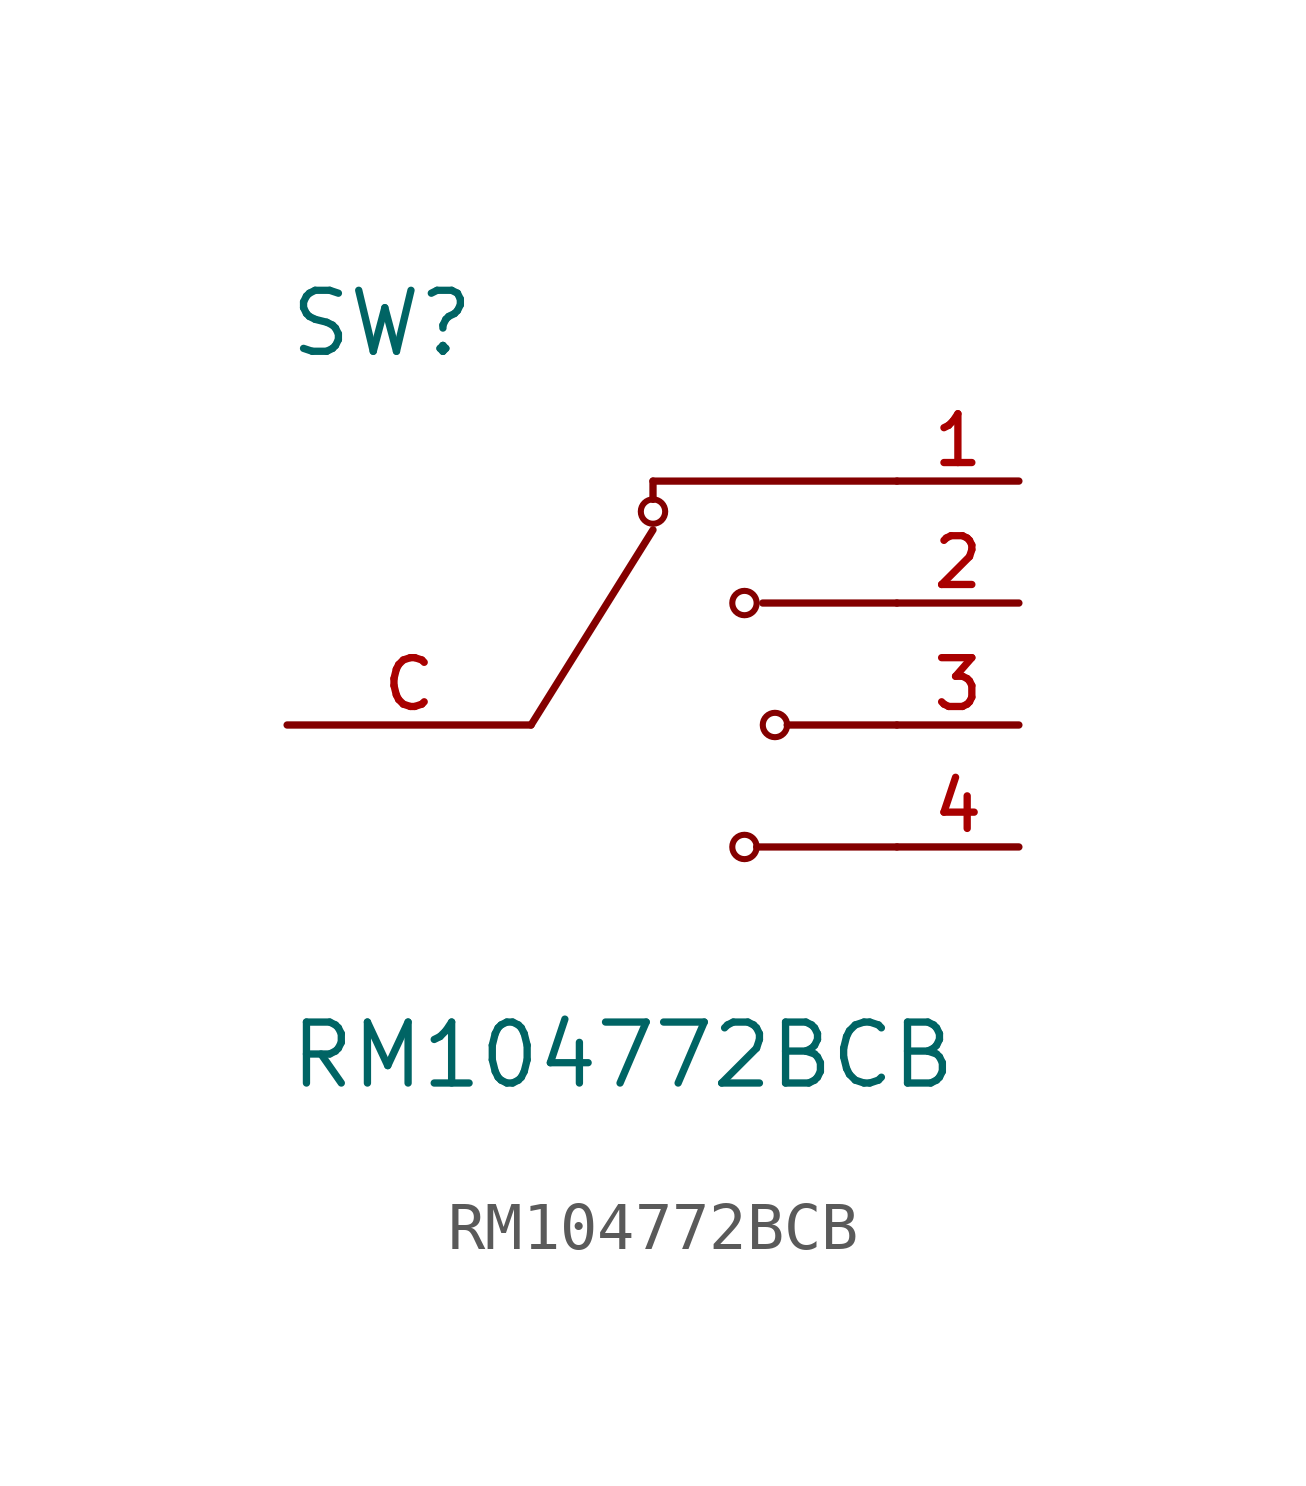
<source format=kicad_sym>
(kicad_symbol_lib
  (version 20211014)
  (generator kicad_symbol_editor)
  (symbol "RM104772BCB"
    (pin_names
      (offset 1.016))
    (property "Reference" "SW"
      (at -10.16 7.62 0)
      (effects (font (size 1.27 1.27)) (justify bottom left)))
    (property "Value" "RM104772BCB"
      (at -10.16 -7.62 0)
      (effects (font (size 1.27 1.27)) (justify bottom left)))
    (symbol "RM104772BCB_0_0"
      (circle (center -0.635 2.54) (radius 0.254) (stroke (width 0.127)) (fill (type none)))
      (circle (center -2.54 4.445) (radius 0.254) (stroke (width 0.127)) (fill (type none)))
      (circle (center 0.0 0.0) (radius 0.254) (stroke (width 0.127)) (fill (type none)))
      (circle (center -0.635 -2.54) (radius 0.254) (stroke (width 0.127)) (fill (type none)))
      (polyline (pts (xy 2.54 5.08) (xy -2.54 5.08)) (stroke (width 0.152)))
      (polyline (pts (xy -2.54 5.08) (xy -2.54 4.699)) (stroke (width 0.152)))
      (polyline (pts (xy 2.54 2.54) (xy -0.254 2.54)) (stroke (width 0.152)))
      (polyline (pts (xy 2.54 0.0) (xy 0.254 0.0)) (stroke (width 0.152)))
      (polyline (pts (xy 2.54 -2.54) (xy -0.381 -2.54)) (stroke (width 0.152)))
      (polyline (pts (xy -5.08 0.0) (xy -2.54 4.064)) (stroke (width 0.152)))
      (pin passive line (at 5.08 5.08 180.0) (length 2.54) (name "~" (effects (font (size 1.016 1.016)))) (number "1" (effects (font (size 1.016 1.016)))))
      (pin passive line (at 5.08 2.54 180.0) (length 2.54) (name "~" (effects (font (size 1.016 1.016)))) (number "2" (effects (font (size 1.016 1.016)))))
      (pin passive line (at 5.08 0.0 180.0) (length 2.54) (name "~" (effects (font (size 1.016 1.016)))) (number "3" (effects (font (size 1.016 1.016)))))
      (pin passive line (at 5.08 -2.54 180.0) (length 2.54) (name "~" (effects (font (size 1.016 1.016)))) (number "4" (effects (font (size 1.016 1.016)))))
      (pin passive line (at -10.16 0.0 0) (length 5.08) (name "~" (effects (font (size 1.016 1.016)))) (number "C" (effects (font (size 1.016 1.016))))))))
</source>
